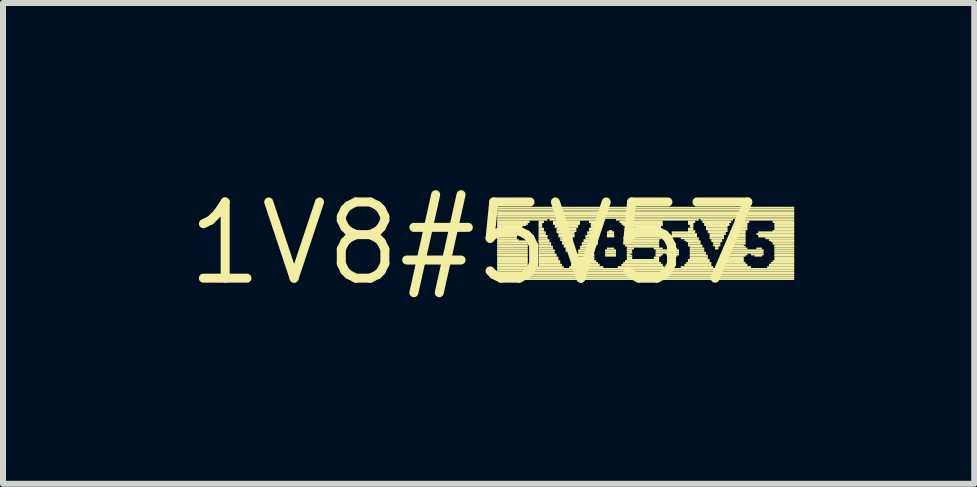
<source format=kicad_pcb>
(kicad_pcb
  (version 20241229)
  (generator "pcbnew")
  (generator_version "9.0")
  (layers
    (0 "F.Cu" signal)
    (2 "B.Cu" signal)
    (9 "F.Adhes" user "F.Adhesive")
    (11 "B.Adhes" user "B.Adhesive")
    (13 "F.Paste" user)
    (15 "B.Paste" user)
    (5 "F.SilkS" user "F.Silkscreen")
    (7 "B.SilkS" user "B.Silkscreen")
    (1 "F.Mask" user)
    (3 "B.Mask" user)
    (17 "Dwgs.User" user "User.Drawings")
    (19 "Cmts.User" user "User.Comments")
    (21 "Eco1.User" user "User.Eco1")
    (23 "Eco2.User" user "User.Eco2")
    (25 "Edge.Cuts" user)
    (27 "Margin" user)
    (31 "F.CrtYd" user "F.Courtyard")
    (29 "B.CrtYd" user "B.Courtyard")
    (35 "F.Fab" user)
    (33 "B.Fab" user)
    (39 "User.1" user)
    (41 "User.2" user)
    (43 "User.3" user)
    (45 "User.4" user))
  (footprint "1V8#5V57"
    (layer "F.Cu")
    (at 4.845 1.006)
    (property "Reference" "1V8#5V57" (at 0 0 0) (layer "F.SilkS") (effects (font (size 1.27 1.27) (thickness 0.15))))
    (fp_poly (pts (xy 0.39 -0.58) (xy 5.34 -0.58) (xy 5.34 -0.61) (xy 0.39 -0.61)) (stroke (width 0) (type solid)) (fill yes) (layer "F.SilkS"))
    (fp_poly (pts (xy 0.39 -0.55) (xy 5.34 -0.55) (xy 5.34 -0.58) (xy 0.39 -0.58)) (stroke (width 0) (type solid)) (fill yes) (layer "F.SilkS"))
    (fp_poly (pts (xy 0.39 -0.53) (xy 5.34 -0.53) (xy 5.34 -0.55) (xy 0.39 -0.55)) (stroke (width 0) (type solid)) (fill yes) (layer "F.SilkS"))
    (fp_poly (pts (xy 0.39 -0.49) (xy 5.34 -0.49) (xy 5.34 -0.53) (xy 0.39 -0.53)) (stroke (width 0) (type solid)) (fill yes) (layer "F.SilkS"))
    (fp_poly (pts (xy 0.39 -0.46) (xy 5.34 -0.46) (xy 5.34 -0.49) (xy 0.39 -0.49)) (stroke (width 0) (type solid)) (fill yes) (layer "F.SilkS"))
    (fp_poly (pts (xy 0.39 -0.43) (xy 5.34 -0.43) (xy 5.34 -0.46) (xy 0.39 -0.46)) (stroke (width 0) (type solid)) (fill yes) (layer "F.SilkS"))
    (fp_poly (pts (xy 0.39 -0.41) (xy 5.34 -0.41) (xy 5.34 -0.43) (xy 0.39 -0.43)) (stroke (width 0) (type solid)) (fill yes) (layer "F.SilkS"))
    (fp_poly (pts (xy 0.39 -0.38) (xy 1.23 -0.38) (xy 1.23 -0.41) (xy 0.39 -0.41)) (stroke (width 0) (type solid)) (fill yes) (layer "F.SilkS"))
    (fp_poly (pts (xy 0.39 -0.34) (xy 0.93 -0.34) (xy 0.93 -0.38) (xy 0.39 -0.38)) (stroke (width 0) (type solid)) (fill yes) (layer "F.SilkS"))
    (fp_poly (pts (xy 0.39 -0.31) (xy 0.9 -0.31) (xy 0.9 -0.34) (xy 0.39 -0.34)) (stroke (width 0) (type solid)) (fill yes) (layer "F.SilkS"))
    (fp_poly (pts (xy 0.39 -0.29) (xy 0.87 -0.29) (xy 0.87 -0.32) (xy 0.39 -0.32)) (stroke (width 0) (type solid)) (fill yes) (layer "F.SilkS"))
    (fp_poly (pts (xy 0.39 -0.26) (xy 0.81 -0.26) (xy 0.81 -0.29) (xy 0.39 -0.29)) (stroke (width 0) (type solid)) (fill yes) (layer "F.SilkS"))
    (fp_poly (pts (xy 0.39 -0.22) (xy 0.78 -0.22) (xy 0.78 -0.26) (xy 0.39 -0.26)) (stroke (width 0) (type solid)) (fill yes) (layer "F.SilkS"))
    (fp_poly (pts (xy 0.39 -0.19) (xy 0.75 -0.19) (xy 0.75 -0.22) (xy 0.39 -0.22)) (stroke (width 0) (type solid)) (fill yes) (layer "F.SilkS"))
    (fp_poly (pts (xy 0.39 -0.17) (xy 0.72 -0.17) (xy 0.72 -0.2) (xy 0.39 -0.2)) (stroke (width 0) (type solid)) (fill yes) (layer "F.SilkS"))
    (fp_poly (pts (xy 0.39 -0.14) (xy 0.72 -0.14) (xy 0.72 -0.17) (xy 0.39 -0.17)) (stroke (width 0) (type solid)) (fill yes) (layer "F.SilkS"))
    (fp_poly (pts (xy 0.39 -0.1) (xy 0.72 -0.1) (xy 0.72 -0.14) (xy 0.39 -0.14)) (stroke (width 0) (type solid)) (fill yes) (layer "F.SilkS"))
    (fp_poly (pts (xy 0.39 -0.07) (xy 0.72 -0.07) (xy 0.72 -0.1) (xy 0.39 -0.1)) (stroke (width 0) (type solid)) (fill yes) (layer "F.SilkS"))
    (fp_poly (pts (xy 0.39 -0.04) (xy 0.75 -0.04) (xy 0.75 -0.07) (xy 0.39 -0.07)) (stroke (width 0) (type solid)) (fill yes) (layer "F.SilkS"))
    (fp_poly (pts (xy 0.39 -0.02) (xy 0.9 -0.02) (xy 0.9 -0.05) (xy 0.39 -0.05)) (stroke (width 0) (type solid)) (fill yes) (layer "F.SilkS"))
    (fp_poly (pts (xy 0.39 0.02) (xy 0.9 0.02) (xy 0.9 -0.02) (xy 0.39 -0.02)) (stroke (width 0) (type solid)) (fill yes) (layer "F.SilkS"))
    (fp_poly (pts (xy 0.39 0.05) (xy 0.9 0.05) (xy 0.9 0.02) (xy 0.39 0.02)) (stroke (width 0) (type solid)) (fill yes) (layer "F.SilkS"))
    (fp_poly (pts (xy 0.39 0.07) (xy 0.9 0.07) (xy 0.9 0.04) (xy 0.39 0.04)) (stroke (width 0) (type solid)) (fill yes) (layer "F.SilkS"))
    (fp_poly (pts (xy 0.39 0.1) (xy 0.9 0.1) (xy 0.9 0.07) (xy 0.39 0.07)) (stroke (width 0) (type solid)) (fill yes) (layer "F.SilkS"))
    (fp_poly (pts (xy 0.39 0.14) (xy 0.9 0.14) (xy 0.9 0.1) (xy 0.39 0.1)) (stroke (width 0) (type solid)) (fill yes) (layer "F.SilkS"))
    (fp_poly (pts (xy 0.39 0.17) (xy 0.9 0.17) (xy 0.9 0.14) (xy 0.39 0.14)) (stroke (width 0) (type solid)) (fill yes) (layer "F.SilkS"))
    (fp_poly (pts (xy 0.39 0.2) (xy 0.9 0.2) (xy 0.9 0.17) (xy 0.39 0.17)) (stroke (width 0) (type solid)) (fill yes) (layer "F.SilkS"))
    (fp_poly (pts (xy 0.39 0.22) (xy 0.9 0.22) (xy 0.9 0.19) (xy 0.39 0.19)) (stroke (width 0) (type solid)) (fill yes) (layer "F.SilkS"))
    (fp_poly (pts (xy 0.39 0.26) (xy 0.9 0.26) (xy 0.9 0.22) (xy 0.39 0.22)) (stroke (width 0) (type solid)) (fill yes) (layer "F.SilkS"))
    (fp_poly (pts (xy 0.39 0.29) (xy 0.9 0.29) (xy 0.9 0.26) (xy 0.39 0.26)) (stroke (width 0) (type solid)) (fill yes) (layer "F.SilkS"))
    (fp_poly (pts (xy 0.39 0.31) (xy 0.9 0.31) (xy 0.9 0.28) (xy 0.39 0.28)) (stroke (width 0) (type solid)) (fill yes) (layer "F.SilkS"))
    (fp_poly (pts (xy 0.39 0.34) (xy 0.9 0.34) (xy 0.9 0.31) (xy 0.39 0.31)) (stroke (width 0) (type solid)) (fill yes) (layer "F.SilkS"))
    (fp_poly (pts (xy 0.39 0.38) (xy 0.9 0.38) (xy 0.9 0.34) (xy 0.39 0.34)) (stroke (width 0) (type solid)) (fill yes) (layer "F.SilkS"))
    (fp_poly (pts (xy 0.39 0.41) (xy 0.9 0.41) (xy 0.9 0.38) (xy 0.39 0.38)) (stroke (width 0) (type solid)) (fill yes) (layer "F.SilkS"))
    (fp_poly (pts (xy 0.39 0.44) (xy 5.34 0.44) (xy 5.34 0.41) (xy 0.39 0.41)) (stroke (width 0) (type solid)) (fill yes) (layer "F.SilkS"))
    (fp_poly (pts (xy 0.39 0.47) (xy 5.34 0.47) (xy 5.34 0.44) (xy 0.39 0.44)) (stroke (width 0) (type solid)) (fill yes) (layer "F.SilkS"))
    (fp_poly (pts (xy 0.39 0.5) (xy 5.34 0.5) (xy 5.34 0.47) (xy 0.39 0.47)) (stroke (width 0) (type solid)) (fill yes) (layer "F.SilkS"))
    (fp_poly (pts (xy 0.39 0.52) (xy 5.34 0.52) (xy 5.34 0.49) (xy 0.39 0.49)) (stroke (width 0) (type solid)) (fill yes) (layer "F.SilkS"))
    (fp_poly (pts (xy 0.39 0.55) (xy 5.34 0.55) (xy 5.34 0.52) (xy 0.39 0.52)) (stroke (width 0) (type solid)) (fill yes) (layer "F.SilkS"))
    (fp_poly (pts (xy 0.39 0.58) (xy 5.34 0.58) (xy 5.34 0.55) (xy 0.39 0.55)) (stroke (width 0) (type solid)) (fill yes) (layer "F.SilkS"))
    (fp_poly (pts (xy 0.39 0.61) (xy 5.34 0.61) (xy 5.34 0.58) (xy 0.39 0.58)) (stroke (width 0) (type solid)) (fill yes) (layer "F.SilkS"))
    (fp_poly (pts (xy 0.87 -0.04) (xy 0.9 -0.04) (xy 0.9 -0.07) (xy 0.87 -0.07)) (stroke (width 0) (type solid)) (fill yes) (layer "F.SilkS"))
    (fp_poly (pts (xy 1.05 0.41) (xy 1.5 0.41) (xy 1.5 0.38) (xy 1.05 0.38)) (stroke (width 0) (type solid)) (fill yes) (layer "F.SilkS"))
    (fp_poly (pts (xy 1.08 -0.34) (xy 1.17 -0.34) (xy 1.17 -0.38) (xy 1.08 -0.38)) (stroke (width 0) (type solid)) (fill yes) (layer "F.SilkS"))
    (fp_poly (pts (xy 1.08 -0.31) (xy 1.14 -0.31) (xy 1.14 -0.34) (xy 1.08 -0.34)) (stroke (width 0) (type solid)) (fill yes) (layer "F.SilkS"))
    (fp_poly (pts (xy 1.08 -0.29) (xy 1.14 -0.29) (xy 1.14 -0.32) (xy 1.08 -0.32)) (stroke (width 0) (type solid)) (fill yes) (layer "F.SilkS"))
    (fp_poly (pts (xy 1.08 -0.26) (xy 1.14 -0.26) (xy 1.14 -0.29) (xy 1.08 -0.29)) (stroke (width 0) (type solid)) (fill yes) (layer "F.SilkS"))
    (fp_poly (pts (xy 1.08 -0.22) (xy 1.17 -0.22) (xy 1.17 -0.26) (xy 1.08 -0.26)) (stroke (width 0) (type solid)) (fill yes) (layer "F.SilkS"))
    (fp_poly (pts (xy 1.08 -0.19) (xy 1.17 -0.19) (xy 1.17 -0.22) (xy 1.08 -0.22)) (stroke (width 0) (type solid)) (fill yes) (layer "F.SilkS"))
    (fp_poly (pts (xy 1.08 -0.17) (xy 1.2 -0.17) (xy 1.2 -0.2) (xy 1.08 -0.2)) (stroke (width 0) (type solid)) (fill yes) (layer "F.SilkS"))
    (fp_poly (pts (xy 1.08 -0.14) (xy 1.2 -0.14) (xy 1.2 -0.17) (xy 1.08 -0.17)) (stroke (width 0) (type solid)) (fill yes) (layer "F.SilkS"))
    (fp_poly (pts (xy 1.08 -0.1) (xy 1.23 -0.1) (xy 1.23 -0.14) (xy 1.08 -0.14)) (stroke (width 0) (type solid)) (fill yes) (layer "F.SilkS"))
    (fp_poly (pts (xy 1.08 -0.07) (xy 1.23 -0.07) (xy 1.23 -0.1) (xy 1.08 -0.1)) (stroke (width 0) (type solid)) (fill yes) (layer "F.SilkS"))
    (fp_poly (pts (xy 1.08 -0.04) (xy 1.26 -0.04) (xy 1.26 -0.07) (xy 1.08 -0.07)) (stroke (width 0) (type solid)) (fill yes) (layer "F.SilkS"))
    (fp_poly (pts (xy 1.08 -0.02) (xy 1.26 -0.02) (xy 1.26 -0.05) (xy 1.08 -0.05)) (stroke (width 0) (type solid)) (fill yes) (layer "F.SilkS"))
    (fp_poly (pts (xy 1.08 0.02) (xy 1.29 0.02) (xy 1.29 -0.02) (xy 1.08 -0.02)) (stroke (width 0) (type solid)) (fill yes) (layer "F.SilkS"))
    (fp_poly (pts (xy 1.08 0.05) (xy 1.29 0.05) (xy 1.29 0.02) (xy 1.08 0.02)) (stroke (width 0) (type solid)) (fill yes) (layer "F.SilkS"))
    (fp_poly (pts (xy 1.08 0.07) (xy 1.32 0.07) (xy 1.32 0.04) (xy 1.08 0.04)) (stroke (width 0) (type solid)) (fill yes) (layer "F.SilkS"))
    (fp_poly (pts (xy 1.08 0.1) (xy 1.32 0.1) (xy 1.32 0.07) (xy 1.08 0.07)) (stroke (width 0) (type solid)) (fill yes) (layer "F.SilkS"))
    (fp_poly (pts (xy 1.08 0.14) (xy 1.35 0.14) (xy 1.35 0.1) (xy 1.08 0.1)) (stroke (width 0) (type solid)) (fill yes) (layer "F.SilkS"))
    (fp_poly (pts (xy 1.08 0.17) (xy 1.35 0.17) (xy 1.35 0.14) (xy 1.08 0.14)) (stroke (width 0) (type solid)) (fill yes) (layer "F.SilkS"))
    (fp_poly (pts (xy 1.08 0.2) (xy 1.38 0.2) (xy 1.38 0.17) (xy 1.08 0.17)) (stroke (width 0) (type solid)) (fill yes) (layer "F.SilkS"))
    (fp_poly (pts (xy 1.08 0.22) (xy 1.38 0.22) (xy 1.38 0.19) (xy 1.08 0.19)) (stroke (width 0) (type solid)) (fill yes) (layer "F.SilkS"))
    (fp_poly (pts (xy 1.08 0.26) (xy 1.41 0.26) (xy 1.41 0.22) (xy 1.08 0.22)) (stroke (width 0) (type solid)) (fill yes) (layer "F.SilkS"))
    (fp_poly (pts (xy 1.08 0.29) (xy 1.41 0.29) (xy 1.41 0.26) (xy 1.08 0.26)) (stroke (width 0) (type solid)) (fill yes) (layer "F.SilkS"))
    (fp_poly (pts (xy 1.08 0.31) (xy 1.44 0.31) (xy 1.44 0.28) (xy 1.08 0.28)) (stroke (width 0) (type solid)) (fill yes) (layer "F.SilkS"))
    (fp_poly (pts (xy 1.08 0.34) (xy 1.44 0.34) (xy 1.44 0.31) (xy 1.08 0.31)) (stroke (width 0) (type solid)) (fill yes) (layer "F.SilkS"))
    (fp_poly (pts (xy 1.08 0.38) (xy 1.47 0.38) (xy 1.47 0.34) (xy 1.08 0.34)) (stroke (width 0) (type solid)) (fill yes) (layer "F.SilkS"))
    (fp_poly (pts (xy 1.26 -0.38) (xy 2.19 -0.38) (xy 2.19 -0.41) (xy 1.26 -0.41)) (stroke (width 0) (type solid)) (fill yes) (layer "F.SilkS"))
    (fp_poly (pts (xy 1.32 -0.34) (xy 1.77 -0.34) (xy 1.77 -0.38) (xy 1.32 -0.38)) (stroke (width 0) (type solid)) (fill yes) (layer "F.SilkS"))
    (fp_poly (pts (xy 1.32 -0.31) (xy 1.77 -0.31) (xy 1.77 -0.34) (xy 1.32 -0.34)) (stroke (width 0) (type solid)) (fill yes) (layer "F.SilkS"))
    (fp_poly (pts (xy 1.35 -0.29) (xy 1.74 -0.29) (xy 1.74 -0.32) (xy 1.35 -0.32)) (stroke (width 0) (type solid)) (fill yes) (layer "F.SilkS"))
    (fp_poly (pts (xy 1.35 -0.26) (xy 1.74 -0.26) (xy 1.74 -0.29) (xy 1.35 -0.29)) (stroke (width 0) (type solid)) (fill yes) (layer "F.SilkS"))
    (fp_poly (pts (xy 1.38 -0.22) (xy 1.71 -0.22) (xy 1.71 -0.26) (xy 1.38 -0.26)) (stroke (width 0) (type solid)) (fill yes) (layer "F.SilkS"))
    (fp_poly (pts (xy 1.38 -0.19) (xy 1.71 -0.19) (xy 1.71 -0.22) (xy 1.38 -0.22)) (stroke (width 0) (type solid)) (fill yes) (layer "F.SilkS"))
    (fp_poly (pts (xy 1.38 -0.17) (xy 1.68 -0.17) (xy 1.68 -0.2) (xy 1.38 -0.2)) (stroke (width 0) (type solid)) (fill yes) (layer "F.SilkS"))
    (fp_poly (pts (xy 1.41 -0.14) (xy 1.68 -0.14) (xy 1.68 -0.17) (xy 1.41 -0.17)) (stroke (width 0) (type solid)) (fill yes) (layer "F.SilkS"))
    (fp_poly (pts (xy 1.41 -0.1) (xy 1.68 -0.1) (xy 1.68 -0.14) (xy 1.41 -0.14)) (stroke (width 0) (type solid)) (fill yes) (layer "F.SilkS"))
    (fp_poly (pts (xy 1.44 -0.07) (xy 1.65 -0.07) (xy 1.65 -0.1) (xy 1.44 -0.1)) (stroke (width 0) (type solid)) (fill yes) (layer "F.SilkS"))
    (fp_poly (pts (xy 1.44 -0.04) (xy 1.65 -0.04) (xy 1.65 -0.07) (xy 1.44 -0.07)) (stroke (width 0) (type solid)) (fill yes) (layer "F.SilkS"))
    (fp_poly (pts (xy 1.47 -0.02) (xy 1.62 -0.02) (xy 1.62 -0.05) (xy 1.47 -0.05)) (stroke (width 0) (type solid)) (fill yes) (layer "F.SilkS"))
    (fp_poly (pts (xy 1.47 0.02) (xy 1.62 0.02) (xy 1.62 -0.02) (xy 1.47 -0.02)) (stroke (width 0) (type solid)) (fill yes) (layer "F.SilkS"))
    (fp_poly (pts (xy 1.5 0.05) (xy 1.59 0.05) (xy 1.59 0.02) (xy 1.5 0.02)) (stroke (width 0) (type solid)) (fill yes) (layer "F.SilkS"))
    (fp_poly (pts (xy 1.5 0.07) (xy 1.59 0.07) (xy 1.59 0.04) (xy 1.5 0.04)) (stroke (width 0) (type solid)) (fill yes) (layer "F.SilkS"))
    (fp_poly (pts (xy 1.53 0.1) (xy 1.56 0.1) (xy 1.56 0.07) (xy 1.53 0.07)) (stroke (width 0) (type solid)) (fill yes) (layer "F.SilkS"))
    (fp_poly (pts (xy 1.53 0.14) (xy 1.56 0.14) (xy 1.56 0.1) (xy 1.53 0.1)) (stroke (width 0) (type solid)) (fill yes) (layer "F.SilkS"))
    (fp_poly (pts (xy 1.59 0.41) (xy 2.16 0.41) (xy 2.16 0.38) (xy 1.59 0.38)) (stroke (width 0) (type solid)) (fill yes) (layer "F.SilkS"))
    (fp_poly (pts (xy 1.62 0.38) (xy 2.1 0.38) (xy 2.1 0.34) (xy 1.62 0.34)) (stroke (width 0) (type solid)) (fill yes) (layer "F.SilkS"))
    (fp_poly (pts (xy 1.65 0.31) (xy 2.04 0.31) (xy 2.04 0.28) (xy 1.65 0.28)) (stroke (width 0) (type solid)) (fill yes) (layer "F.SilkS"))
    (fp_poly (pts (xy 1.65 0.34) (xy 2.07 0.34) (xy 2.07 0.31) (xy 1.65 0.31)) (stroke (width 0) (type solid)) (fill yes) (layer "F.SilkS"))
    (fp_poly (pts (xy 1.68 0.26) (xy 2.01 0.26) (xy 2.01 0.22) (xy 1.68 0.22)) (stroke (width 0) (type solid)) (fill yes) (layer "F.SilkS"))
    (fp_poly (pts (xy 1.68 0.29) (xy 2.01 0.29) (xy 2.01 0.26) (xy 1.68 0.26)) (stroke (width 0) (type solid)) (fill yes) (layer "F.SilkS"))
    (fp_poly (pts (xy 1.71 0.2) (xy 2.01 0.2) (xy 2.01 0.17) (xy 1.71 0.17)) (stroke (width 0) (type solid)) (fill yes) (layer "F.SilkS"))
    (fp_poly (pts (xy 1.71 0.22) (xy 2.01 0.22) (xy 2.01 0.19) (xy 1.71 0.19)) (stroke (width 0) (type solid)) (fill yes) (layer "F.SilkS"))
    (fp_poly (pts (xy 1.74 0.14) (xy 2.01 0.14) (xy 2.01 0.1) (xy 1.74 0.1)) (stroke (width 0) (type solid)) (fill yes) (layer "F.SilkS"))
    (fp_poly (pts (xy 1.74 0.17) (xy 1.98 0.17) (xy 1.98 0.14) (xy 1.74 0.14)) (stroke (width 0) (type solid)) (fill yes) (layer "F.SilkS"))
    (fp_poly (pts (xy 1.77 0.07) (xy 2.01 0.07) (xy 2.01 0.04) (xy 1.77 0.04)) (stroke (width 0) (type solid)) (fill yes) (layer "F.SilkS"))
    (fp_poly (pts (xy 1.77 0.1) (xy 2.01 0.1) (xy 2.01 0.07) (xy 1.77 0.07)) (stroke (width 0) (type solid)) (fill yes) (layer "F.SilkS"))
    (fp_poly (pts (xy 1.8 0.02) (xy 2.07 0.02) (xy 2.07 -0.02) (xy 1.8 -0.02)) (stroke (width 0) (type solid)) (fill yes) (layer "F.SilkS"))
    (fp_poly (pts (xy 1.8 0.05) (xy 2.04 0.05) (xy 2.04 0.02) (xy 1.8 0.02)) (stroke (width 0) (type solid)) (fill yes) (layer "F.SilkS"))
    (fp_poly (pts (xy 1.83 -0.04) (xy 2.04 -0.04) (xy 2.04 -0.07) (xy 1.83 -0.07)) (stroke (width 0) (type solid)) (fill yes) (layer "F.SilkS"))
    (fp_poly (pts (xy 1.83 -0.02) (xy 2.07 -0.02) (xy 2.07 -0.05) (xy 1.83 -0.05)) (stroke (width 0) (type solid)) (fill yes) (layer "F.SilkS"))
    (fp_poly (pts (xy 1.86 -0.1) (xy 2.01 -0.1) (xy 2.01 -0.14) (xy 1.86 -0.14)) (stroke (width 0) (type solid)) (fill yes) (layer "F.SilkS"))
    (fp_poly (pts (xy 1.86 -0.07) (xy 2.04 -0.07) (xy 2.04 -0.1) (xy 1.86 -0.1)) (stroke (width 0) (type solid)) (fill yes) (layer "F.SilkS"))
    (fp_poly (pts (xy 1.89 -0.17) (xy 2.01 -0.17) (xy 2.01 -0.2) (xy 1.89 -0.2)) (stroke (width 0) (type solid)) (fill yes) (layer "F.SilkS"))
    (fp_poly (pts (xy 1.89 -0.14) (xy 2.01 -0.14) (xy 2.01 -0.17) (xy 1.89 -0.17)) (stroke (width 0) (type solid)) (fill yes) (layer "F.SilkS"))
    (fp_poly (pts (xy 1.92 -0.34) (xy 2.13 -0.34) (xy 2.13 -0.38) (xy 1.92 -0.38)) (stroke (width 0) (type solid)) (fill yes) (layer "F.SilkS"))
    (fp_poly (pts (xy 1.92 -0.22) (xy 2.04 -0.22) (xy 2.04 -0.26) (xy 1.92 -0.26)) (stroke (width 0) (type solid)) (fill yes) (layer "F.SilkS"))
    (fp_poly (pts (xy 1.92 -0.19) (xy 2.01 -0.19) (xy 2.01 -0.22) (xy 1.92 -0.22)) (stroke (width 0) (type solid)) (fill yes) (layer "F.SilkS"))
    (fp_poly (pts (xy 1.95 -0.31) (xy 2.1 -0.31) (xy 2.1 -0.34) (xy 1.95 -0.34)) (stroke (width 0) (type solid)) (fill yes) (layer "F.SilkS"))
    (fp_poly (pts (xy 1.95 -0.29) (xy 2.07 -0.29) (xy 2.07 -0.32) (xy 1.95 -0.32)) (stroke (width 0) (type solid)) (fill yes) (layer "F.SilkS"))
    (fp_poly (pts (xy 1.95 -0.26) (xy 2.04 -0.26) (xy 2.04 -0.29) (xy 1.95 -0.29)) (stroke (width 0) (type solid)) (fill yes) (layer "F.SilkS"))
    (fp_poly (pts (xy 2.19 0.14) (xy 2.37 0.14) (xy 2.37 0.1) (xy 2.19 0.1)) (stroke (width 0) (type solid)) (fill yes) (layer "F.SilkS"))
    (fp_poly (pts (xy 2.19 0.17) (xy 2.37 0.17) (xy 2.37 0.14) (xy 2.19 0.14)) (stroke (width 0) (type solid)) (fill yes) (layer "F.SilkS"))
    (fp_poly (pts (xy 2.19 0.2) (xy 2.37 0.2) (xy 2.37 0.17) (xy 2.19 0.17)) (stroke (width 0) (type solid)) (fill yes) (layer "F.SilkS"))
    (fp_poly (pts (xy 2.19 0.22) (xy 2.37 0.22) (xy 2.37 0.19) (xy 2.19 0.19)) (stroke (width 0) (type solid)) (fill yes) (layer "F.SilkS"))
    (fp_poly (pts (xy 2.22 -0.17) (xy 2.34 -0.17) (xy 2.34 -0.2) (xy 2.22 -0.2)) (stroke (width 0) (type solid)) (fill yes) (layer "F.SilkS"))
    (fp_poly (pts (xy 2.22 -0.14) (xy 2.34 -0.14) (xy 2.34 -0.17) (xy 2.22 -0.17)) (stroke (width 0) (type solid)) (fill yes) (layer "F.SilkS"))
    (fp_poly (pts (xy 2.22 -0.1) (xy 2.34 -0.1) (xy 2.34 -0.14) (xy 2.22 -0.14)) (stroke (width 0) (type solid)) (fill yes) (layer "F.SilkS"))
    (fp_poly (pts (xy 2.22 0.1) (xy 2.34 0.1) (xy 2.34 0.07) (xy 2.22 0.07)) (stroke (width 0) (type solid)) (fill yes) (layer "F.SilkS"))
    (fp_poly (pts (xy 2.25 -0.19) (xy 2.31 -0.19) (xy 2.31 -0.22) (xy 2.25 -0.22)) (stroke (width 0) (type solid)) (fill yes) (layer "F.SilkS"))
    (fp_poly (pts (xy 2.37 -0.38) (xy 3.75 -0.38) (xy 3.75 -0.41) (xy 2.37 -0.41)) (stroke (width 0) (type solid)) (fill yes) (layer "F.SilkS"))
    (fp_poly (pts (xy 2.4 0.41) (xy 3.18 0.41) (xy 3.18 0.38) (xy 2.4 0.38)) (stroke (width 0) (type solid)) (fill yes) (layer "F.SilkS"))
    (fp_poly (pts (xy 2.43 -0.34) (xy 3.15 -0.34) (xy 3.15 -0.38) (xy 2.43 -0.38)) (stroke (width 0) (type solid)) (fill yes) (layer "F.SilkS"))
    (fp_poly (pts (xy 2.46 -0.31) (xy 3.15 -0.31) (xy 3.15 -0.34) (xy 2.46 -0.34)) (stroke (width 0) (type solid)) (fill yes) (layer "F.SilkS"))
    (fp_poly (pts (xy 2.46 0.38) (xy 3.15 0.38) (xy 3.15 0.34) (xy 2.46 0.34)) (stroke (width 0) (type solid)) (fill yes) (layer "F.SilkS"))
    (fp_poly (pts (xy 2.49 -0.29) (xy 3.15 -0.29) (xy 3.15 -0.32) (xy 2.49 -0.32)) (stroke (width 0) (type solid)) (fill yes) (layer "F.SilkS"))
    (fp_poly (pts (xy 2.49 -0.02) (xy 3.09 -0.02) (xy 3.09 -0.05) (xy 2.49 -0.05)) (stroke (width 0) (type solid)) (fill yes) (layer "F.SilkS"))
    (fp_poly (pts (xy 2.49 0.02) (xy 3.09 0.02) (xy 3.09 -0.02) (xy 2.49 -0.02)) (stroke (width 0) (type solid)) (fill yes) (layer "F.SilkS"))
    (fp_poly (pts (xy 2.49 0.34) (xy 3.12 0.34) (xy 3.12 0.31) (xy 2.49 0.31)) (stroke (width 0) (type solid)) (fill yes) (layer "F.SilkS"))
    (fp_poly (pts (xy 2.52 -0.26) (xy 3.12 -0.26) (xy 3.12 -0.29) (xy 2.52 -0.29)) (stroke (width 0) (type solid)) (fill yes) (layer "F.SilkS"))
    (fp_poly (pts (xy 2.52 -0.22) (xy 3.12 -0.22) (xy 3.12 -0.26) (xy 2.52 -0.26)) (stroke (width 0) (type solid)) (fill yes) (layer "F.SilkS"))
    (fp_poly (pts (xy 2.52 -0.19) (xy 3.12 -0.19) (xy 3.12 -0.22) (xy 2.52 -0.22)) (stroke (width 0) (type solid)) (fill yes) (layer "F.SilkS"))
    (fp_poly (pts (xy 2.52 -0.07) (xy 3.12 -0.07) (xy 3.12 -0.1) (xy 2.52 -0.1)) (stroke (width 0) (type solid)) (fill yes) (layer "F.SilkS"))
    (fp_poly (pts (xy 2.52 -0.04) (xy 3.09 -0.04) (xy 3.09 -0.07) (xy 2.52 -0.07)) (stroke (width 0) (type solid)) (fill yes) (layer "F.SilkS"))
    (fp_poly (pts (xy 2.52 0.05) (xy 3.09 0.05) (xy 3.09 0.02) (xy 2.52 0.02)) (stroke (width 0) (type solid)) (fill yes) (layer "F.SilkS"))
    (fp_poly (pts (xy 2.52 0.31) (xy 3.09 0.31) (xy 3.09 0.28) (xy 2.52 0.28)) (stroke (width 0) (type solid)) (fill yes) (layer "F.SilkS"))
    (fp_poly (pts (xy 2.55 -0.17) (xy 3.12 -0.17) (xy 3.12 -0.2) (xy 2.55 -0.2)) (stroke (width 0) (type solid)) (fill yes) (layer "F.SilkS"))
    (fp_poly (pts (xy 2.55 -0.14) (xy 3.12 -0.14) (xy 3.12 -0.17) (xy 2.55 -0.17)) (stroke (width 0) (type solid)) (fill yes) (layer "F.SilkS"))
    (fp_poly (pts (xy 2.55 -0.1) (xy 3.12 -0.1) (xy 3.12 -0.14) (xy 2.55 -0.14)) (stroke (width 0) (type solid)) (fill yes) (layer "F.SilkS"))
    (fp_poly (pts (xy 2.55 0.07) (xy 3.09 0.07) (xy 3.09 0.04) (xy 2.55 0.04)) (stroke (width 0) (type solid)) (fill yes) (layer "F.SilkS"))
    (fp_poly (pts (xy 2.55 0.1) (xy 2.67 0.1) (xy 2.67 0.07) (xy 2.55 0.07)) (stroke (width 0) (type solid)) (fill yes) (layer "F.SilkS"))
    (fp_poly (pts (xy 2.55 0.14) (xy 2.64 0.14) (xy 2.64 0.1) (xy 2.55 0.1)) (stroke (width 0) (type solid)) (fill yes) (layer "F.SilkS"))
    (fp_poly (pts (xy 2.55 0.17) (xy 2.64 0.17) (xy 2.64 0.14) (xy 2.55 0.14)) (stroke (width 0) (type solid)) (fill yes) (layer "F.SilkS"))
    (fp_poly (pts (xy 2.55 0.2) (xy 2.61 0.2) (xy 2.61 0.17) (xy 2.55 0.17)) (stroke (width 0) (type solid)) (fill yes) (layer "F.SilkS"))
    (fp_poly (pts (xy 2.55 0.22) (xy 2.64 0.22) (xy 2.64 0.19) (xy 2.55 0.19)) (stroke (width 0) (type solid)) (fill yes) (layer "F.SilkS"))
    (fp_poly (pts (xy 2.55 0.26) (xy 2.64 0.26) (xy 2.64 0.22) (xy 2.55 0.22)) (stroke (width 0) (type solid)) (fill yes) (layer "F.SilkS"))
    (fp_poly (pts (xy 2.55 0.29) (xy 3.09 0.29) (xy 3.09 0.26) (xy 2.55 0.26)) (stroke (width 0) (type solid)) (fill yes) (layer "F.SilkS"))
    (fp_poly (pts (xy 3 0.1) (xy 3.15 0.1) (xy 3.15 0.07) (xy 3 0.07)) (stroke (width 0) (type solid)) (fill yes) (layer "F.SilkS"))
    (fp_poly (pts (xy 3 0.26) (xy 3.09 0.26) (xy 3.09 0.22) (xy 3 0.22)) (stroke (width 0) (type solid)) (fill yes) (layer "F.SilkS"))
    (fp_poly (pts (xy 3.03 0.14) (xy 3.42 0.14) (xy 3.42 0.1) (xy 3.03 0.1)) (stroke (width 0) (type solid)) (fill yes) (layer "F.SilkS"))
    (fp_poly (pts (xy 3.03 0.17) (xy 3.42 0.17) (xy 3.42 0.14) (xy 3.03 0.14)) (stroke (width 0) (type solid)) (fill yes) (layer "F.SilkS"))
    (fp_poly (pts (xy 3.03 0.2) (xy 3.15 0.2) (xy 3.15 0.17) (xy 3.03 0.17)) (stroke (width 0) (type solid)) (fill yes) (layer "F.SilkS"))
    (fp_poly (pts (xy 3.03 0.22) (xy 3.12 0.22) (xy 3.12 0.19) (xy 3.03 0.19)) (stroke (width 0) (type solid)) (fill yes) (layer "F.SilkS"))
    (fp_poly (pts (xy 3.21 0.2) (xy 3.42 0.2) (xy 3.42 0.17) (xy 3.21 0.17)) (stroke (width 0) (type solid)) (fill yes) (layer "F.SilkS"))
    (fp_poly (pts (xy 3.24 0.22) (xy 3.39 0.22) (xy 3.39 0.19) (xy 3.24 0.19)) (stroke (width 0) (type solid)) (fill yes) (layer "F.SilkS"))
    (fp_poly (pts (xy 3.27 0.1) (xy 3.39 0.1) (xy 3.39 0.07) (xy 3.27 0.07)) (stroke (width 0) (type solid)) (fill yes) (layer "F.SilkS"))
    (fp_poly (pts (xy 3.3 -0.17) (xy 3.69 -0.17) (xy 3.69 -0.2) (xy 3.3 -0.2)) (stroke (width 0) (type solid)) (fill yes) (layer "F.SilkS"))
    (fp_poly (pts (xy 3.3 -0.14) (xy 3.72 -0.14) (xy 3.72 -0.17) (xy 3.3 -0.17)) (stroke (width 0) (type solid)) (fill yes) (layer "F.SilkS"))
    (fp_poly (pts (xy 3.3 -0.1) (xy 3.72 -0.1) (xy 3.72 -0.14) (xy 3.3 -0.14)) (stroke (width 0) (type solid)) (fill yes) (layer "F.SilkS"))
    (fp_poly (pts (xy 3.45 -0.07) (xy 3.75 -0.07) (xy 3.75 -0.1) (xy 3.45 -0.1)) (stroke (width 0) (type solid)) (fill yes) (layer "F.SilkS"))
    (fp_poly (pts (xy 3.45 0.41) (xy 3.99 0.41) (xy 3.99 0.38) (xy 3.45 0.38)) (stroke (width 0) (type solid)) (fill yes) (layer "F.SilkS"))
    (fp_poly (pts (xy 3.51 -0.04) (xy 3.75 -0.04) (xy 3.75 -0.07) (xy 3.51 -0.07)) (stroke (width 0) (type solid)) (fill yes) (layer "F.SilkS"))
    (fp_poly (pts (xy 3.51 0.38) (xy 3.96 0.38) (xy 3.96 0.34) (xy 3.51 0.34)) (stroke (width 0) (type solid)) (fill yes) (layer "F.SilkS"))
    (fp_poly (pts (xy 3.54 -0.02) (xy 3.78 -0.02) (xy 3.78 -0.05) (xy 3.54 -0.05)) (stroke (width 0) (type solid)) (fill yes) (layer "F.SilkS"))
    (fp_poly (pts (xy 3.54 0.34) (xy 3.96 0.34) (xy 3.96 0.31) (xy 3.54 0.31)) (stroke (width 0) (type solid)) (fill yes) (layer "F.SilkS"))
    (fp_poly (pts (xy 3.57 -0.34) (xy 3.69 -0.34) (xy 3.69 -0.38) (xy 3.57 -0.38)) (stroke (width 0) (type solid)) (fill yes) (layer "F.SilkS"))
    (fp_poly (pts (xy 3.57 -0.31) (xy 3.66 -0.31) (xy 3.66 -0.34) (xy 3.57 -0.34)) (stroke (width 0) (type solid)) (fill yes) (layer "F.SilkS"))
    (fp_poly (pts (xy 3.57 -0.22) (xy 3.66 -0.22) (xy 3.66 -0.26) (xy 3.57 -0.26)) (stroke (width 0) (type solid)) (fill yes) (layer "F.SilkS"))
    (fp_poly (pts (xy 3.57 -0.19) (xy 3.69 -0.19) (xy 3.69 -0.22) (xy 3.57 -0.22)) (stroke (width 0) (type solid)) (fill yes) (layer "F.SilkS"))
    (fp_poly (pts (xy 3.57 0.02) (xy 3.78 0.02) (xy 3.78 -0.02) (xy 3.57 -0.02)) (stroke (width 0) (type solid)) (fill yes) (layer "F.SilkS"))
    (fp_poly (pts (xy 3.57 0.05) (xy 3.81 0.05) (xy 3.81 0.02) (xy 3.57 0.02)) (stroke (width 0) (type solid)) (fill yes) (layer "F.SilkS"))
    (fp_poly (pts (xy 3.57 0.29) (xy 3.93 0.29) (xy 3.93 0.26) (xy 3.57 0.26)) (stroke (width 0) (type solid)) (fill yes) (layer "F.SilkS"))
    (fp_poly (pts (xy 3.57 0.31) (xy 3.93 0.31) (xy 3.93 0.28) (xy 3.57 0.28)) (stroke (width 0) (type solid)) (fill yes) (layer "F.SilkS"))
    (fp_poly (pts (xy 3.6 -0.29) (xy 3.66 -0.29) (xy 3.66 -0.32) (xy 3.6 -0.32)) (stroke (width 0) (type solid)) (fill yes) (layer "F.SilkS"))
    (fp_poly (pts (xy 3.6 -0.26) (xy 3.66 -0.26) (xy 3.66 -0.29) (xy 3.6 -0.29)) (stroke (width 0) (type solid)) (fill yes) (layer "F.SilkS"))
    (fp_poly (pts (xy 3.6 0.07) (xy 3.81 0.07) (xy 3.81 0.04) (xy 3.6 0.04)) (stroke (width 0) (type solid)) (fill yes) (layer "F.SilkS"))
    (fp_poly (pts (xy 3.6 0.1) (xy 3.84 0.1) (xy 3.84 0.07) (xy 3.6 0.07)) (stroke (width 0) (type solid)) (fill yes) (layer "F.SilkS"))
    (fp_poly (pts (xy 3.6 0.14) (xy 3.84 0.14) (xy 3.84 0.1) (xy 3.6 0.1)) (stroke (width 0) (type solid)) (fill yes) (layer "F.SilkS"))
    (fp_poly (pts (xy 3.6 0.17) (xy 3.87 0.17) (xy 3.87 0.14) (xy 3.6 0.14)) (stroke (width 0) (type solid)) (fill yes) (layer "F.SilkS"))
    (fp_poly (pts (xy 3.6 0.2) (xy 3.87 0.2) (xy 3.87 0.17) (xy 3.6 0.17)) (stroke (width 0) (type solid)) (fill yes) (layer "F.SilkS"))
    (fp_poly (pts (xy 3.6 0.22) (xy 3.9 0.22) (xy 3.9 0.19) (xy 3.6 0.19)) (stroke (width 0) (type solid)) (fill yes) (layer "F.SilkS"))
    (fp_poly (pts (xy 3.6 0.26) (xy 3.9 0.26) (xy 3.9 0.22) (xy 3.6 0.22)) (stroke (width 0) (type solid)) (fill yes) (layer "F.SilkS"))
    (fp_poly (pts (xy 3.78 -0.38) (xy 4.32 -0.38) (xy 4.32 -0.41) (xy 3.78 -0.41)) (stroke (width 0) (type solid)) (fill yes) (layer "F.SilkS"))
    (fp_poly (pts (xy 3.81 -0.34) (xy 4.29 -0.34) (xy 4.29 -0.38) (xy 3.81 -0.38)) (stroke (width 0) (type solid)) (fill yes) (layer "F.SilkS"))
    (fp_poly (pts (xy 3.84 -0.31) (xy 4.26 -0.31) (xy 4.26 -0.34) (xy 3.84 -0.34)) (stroke (width 0) (type solid)) (fill yes) (layer "F.SilkS"))
    (fp_poly (pts (xy 3.84 -0.29) (xy 4.26 -0.29) (xy 4.26 -0.32) (xy 3.84 -0.32)) (stroke (width 0) (type solid)) (fill yes) (layer "F.SilkS"))
    (fp_poly (pts (xy 3.87 -0.26) (xy 4.23 -0.26) (xy 4.23 -0.29) (xy 3.87 -0.29)) (stroke (width 0) (type solid)) (fill yes) (layer "F.SilkS"))
    (fp_poly (pts (xy 3.87 -0.22) (xy 4.23 -0.22) (xy 4.23 -0.26) (xy 3.87 -0.26)) (stroke (width 0) (type solid)) (fill yes) (layer "F.SilkS"))
    (fp_poly (pts (xy 3.9 -0.19) (xy 4.23 -0.19) (xy 4.23 -0.22) (xy 3.9 -0.22)) (stroke (width 0) (type solid)) (fill yes) (layer "F.SilkS"))
    (fp_poly (pts (xy 3.9 -0.17) (xy 4.2 -0.17) (xy 4.2 -0.2) (xy 3.9 -0.2)) (stroke (width 0) (type solid)) (fill yes) (layer "F.SilkS"))
    (fp_poly (pts (xy 3.93 -0.14) (xy 4.2 -0.14) (xy 4.2 -0.17) (xy 3.93 -0.17)) (stroke (width 0) (type solid)) (fill yes) (layer "F.SilkS"))
    (fp_poly (pts (xy 3.93 -0.1) (xy 4.17 -0.1) (xy 4.17 -0.14) (xy 3.93 -0.14)) (stroke (width 0) (type solid)) (fill yes) (layer "F.SilkS"))
    (fp_poly (pts (xy 3.93 -0.07) (xy 4.17 -0.07) (xy 4.17 -0.1) (xy 3.93 -0.1)) (stroke (width 0) (type solid)) (fill yes) (layer "F.SilkS"))
    (fp_poly (pts (xy 3.96 -0.04) (xy 4.14 -0.04) (xy 4.14 -0.07) (xy 3.96 -0.07)) (stroke (width 0) (type solid)) (fill yes) (layer "F.SilkS"))
    (fp_poly (pts (xy 3.96 -0.02) (xy 4.14 -0.02) (xy 4.14 -0.05) (xy 3.96 -0.05)) (stroke (width 0) (type solid)) (fill yes) (layer "F.SilkS"))
    (fp_poly (pts (xy 3.99 0.02) (xy 4.11 0.02) (xy 4.11 -0.02) (xy 3.99 -0.02)) (stroke (width 0) (type solid)) (fill yes) (layer "F.SilkS"))
    (fp_poly (pts (xy 3.99 0.05) (xy 4.11 0.05) (xy 4.11 0.02) (xy 3.99 0.02)) (stroke (width 0) (type solid)) (fill yes) (layer "F.SilkS"))
    (fp_poly (pts (xy 4.02 0.07) (xy 4.08 0.07) (xy 4.08 0.04) (xy 4.02 0.04)) (stroke (width 0) (type solid)) (fill yes) (layer "F.SilkS"))
    (fp_poly (pts (xy 4.02 0.1) (xy 4.08 0.1) (xy 4.08 0.07) (xy 4.02 0.07)) (stroke (width 0) (type solid)) (fill yes) (layer "F.SilkS"))
    (fp_poly (pts (xy 4.11 0.41) (xy 4.62 0.41) (xy 4.62 0.38) (xy 4.11 0.38)) (stroke (width 0) (type solid)) (fill yes) (layer "F.SilkS"))
    (fp_poly (pts (xy 4.14 0.34) (xy 4.53 0.34) (xy 4.53 0.31) (xy 4.14 0.31)) (stroke (width 0) (type solid)) (fill yes) (layer "F.SilkS"))
    (fp_poly (pts (xy 4.14 0.38) (xy 4.56 0.38) (xy 4.56 0.34) (xy 4.14 0.34)) (stroke (width 0) (type solid)) (fill yes) (layer "F.SilkS"))
    (fp_poly (pts (xy 4.17 0.29) (xy 4.5 0.29) (xy 4.5 0.26) (xy 4.17 0.26)) (stroke (width 0) (type solid)) (fill yes) (layer "F.SilkS"))
    (fp_poly (pts (xy 4.17 0.31) (xy 4.5 0.31) (xy 4.5 0.28) (xy 4.17 0.28)) (stroke (width 0) (type solid)) (fill yes) (layer "F.SilkS"))
    (fp_poly (pts (xy 4.2 0.22) (xy 4.53 0.22) (xy 4.53 0.19) (xy 4.2 0.19)) (stroke (width 0) (type solid)) (fill yes) (layer "F.SilkS"))
    (fp_poly (pts (xy 4.2 0.26) (xy 4.5 0.26) (xy 4.5 0.22) (xy 4.2 0.22)) (stroke (width 0) (type solid)) (fill yes) (layer "F.SilkS"))
    (fp_poly (pts (xy 4.23 0.17) (xy 4.83 0.17) (xy 4.83 0.14) (xy 4.23 0.14)) (stroke (width 0) (type solid)) (fill yes) (layer "F.SilkS"))
    (fp_poly (pts (xy 4.23 0.2) (xy 4.56 0.2) (xy 4.56 0.17) (xy 4.23 0.17)) (stroke (width 0) (type solid)) (fill yes) (layer "F.SilkS"))
    (fp_poly (pts (xy 4.26 0.1) (xy 4.56 0.1) (xy 4.56 0.07) (xy 4.26 0.07)) (stroke (width 0) (type solid)) (fill yes) (layer "F.SilkS"))
    (fp_poly (pts (xy 4.26 0.14) (xy 4.83 0.14) (xy 4.83 0.1) (xy 4.26 0.1)) (stroke (width 0) (type solid)) (fill yes) (layer "F.SilkS"))
    (fp_poly (pts (xy 4.29 0.05) (xy 4.5 0.05) (xy 4.5 0.02) (xy 4.29 0.02)) (stroke (width 0) (type solid)) (fill yes) (layer "F.SilkS"))
    (fp_poly (pts (xy 4.29 0.07) (xy 4.53 0.07) (xy 4.53 0.04) (xy 4.29 0.04)) (stroke (width 0) (type solid)) (fill yes) (layer "F.SilkS"))
    (fp_poly (pts (xy 4.32 -0.02) (xy 4.53 -0.02) (xy 4.53 -0.05) (xy 4.32 -0.05)) (stroke (width 0) (type solid)) (fill yes) (layer "F.SilkS"))
    (fp_poly (pts (xy 4.32 0.02) (xy 4.53 0.02) (xy 4.53 -0.02) (xy 4.32 -0.02)) (stroke (width 0) (type solid)) (fill yes) (layer "F.SilkS"))
    (fp_poly (pts (xy 4.35 -0.38) (xy 5.34 -0.38) (xy 5.34 -0.41) (xy 4.35 -0.41)) (stroke (width 0) (type solid)) (fill yes) (layer "F.SilkS"))
    (fp_poly (pts (xy 4.35 -0.07) (xy 4.53 -0.07) (xy 4.53 -0.1) (xy 4.35 -0.1)) (stroke (width 0) (type solid)) (fill yes) (layer "F.SilkS"))
    (fp_poly (pts (xy 4.35 -0.04) (xy 4.53 -0.04) (xy 4.53 -0.07) (xy 4.35 -0.07)) (stroke (width 0) (type solid)) (fill yes) (layer "F.SilkS"))
    (fp_poly (pts (xy 4.38 -0.14) (xy 4.53 -0.14) (xy 4.53 -0.17) (xy 4.38 -0.17)) (stroke (width 0) (type solid)) (fill yes) (layer "F.SilkS"))
    (fp_poly (pts (xy 4.38 -0.1) (xy 4.53 -0.1) (xy 4.53 -0.14) (xy 4.38 -0.14)) (stroke (width 0) (type solid)) (fill yes) (layer "F.SilkS"))
    (fp_poly (pts (xy 4.41 -0.34) (xy 4.59 -0.34) (xy 4.59 -0.38) (xy 4.41 -0.38)) (stroke (width 0) (type solid)) (fill yes) (layer "F.SilkS"))
    (fp_poly (pts (xy 4.41 -0.19) (xy 4.53 -0.19) (xy 4.53 -0.22) (xy 4.41 -0.22)) (stroke (width 0) (type solid)) (fill yes) (layer "F.SilkS"))
    (fp_poly (pts (xy 4.41 -0.17) (xy 4.53 -0.17) (xy 4.53 -0.2) (xy 4.41 -0.2)) (stroke (width 0) (type solid)) (fill yes) (layer "F.SilkS"))
    (fp_poly (pts (xy 4.44 -0.31) (xy 4.56 -0.31) (xy 4.56 -0.34) (xy 4.44 -0.34)) (stroke (width 0) (type solid)) (fill yes) (layer "F.SilkS"))
    (fp_poly (pts (xy 4.44 -0.26) (xy 4.56 -0.26) (xy 4.56 -0.29) (xy 4.44 -0.29)) (stroke (width 0) (type solid)) (fill yes) (layer "F.SilkS"))
    (fp_poly (pts (xy 4.44 -0.22) (xy 4.56 -0.22) (xy 4.56 -0.26) (xy 4.44 -0.26)) (stroke (width 0) (type solid)) (fill yes) (layer "F.SilkS"))
    (fp_poly (pts (xy 4.47 -0.29) (xy 4.56 -0.29) (xy 4.56 -0.32) (xy 4.47 -0.32)) (stroke (width 0) (type solid)) (fill yes) (layer "F.SilkS"))
    (fp_poly (pts (xy 4.62 0.2) (xy 4.83 0.2) (xy 4.83 0.17) (xy 4.62 0.17)) (stroke (width 0) (type solid)) (fill yes) (layer "F.SilkS"))
    (fp_poly (pts (xy 4.68 0.22) (xy 4.8 0.22) (xy 4.8 0.19) (xy 4.68 0.19)) (stroke (width 0) (type solid)) (fill yes) (layer "F.SilkS"))
    (fp_poly (pts (xy 4.71 -0.14) (xy 5.34 -0.14) (xy 5.34 -0.17) (xy 4.71 -0.17)) (stroke (width 0) (type solid)) (fill yes) (layer "F.SilkS"))
    (fp_poly (pts (xy 4.71 0.1) (xy 4.8 0.1) (xy 4.8 0.07) (xy 4.71 0.07)) (stroke (width 0) (type solid)) (fill yes) (layer "F.SilkS"))
    (fp_poly (pts (xy 4.74 -0.17) (xy 5.34 -0.17) (xy 5.34 -0.2) (xy 4.74 -0.2)) (stroke (width 0) (type solid)) (fill yes) (layer "F.SilkS"))
    (fp_poly (pts (xy 4.74 -0.1) (xy 5.34 -0.1) (xy 5.34 -0.14) (xy 4.74 -0.14)) (stroke (width 0) (type solid)) (fill yes) (layer "F.SilkS"))
    (fp_poly (pts (xy 4.86 -0.07) (xy 5.34 -0.07) (xy 5.34 -0.1) (xy 4.86 -0.1)) (stroke (width 0) (type solid)) (fill yes) (layer "F.SilkS"))
    (fp_poly (pts (xy 4.89 0.41) (xy 5.34 0.41) (xy 5.34 0.38) (xy 4.89 0.38)) (stroke (width 0) (type solid)) (fill yes) (layer "F.SilkS"))
    (fp_poly (pts (xy 4.92 -0.04) (xy 5.34 -0.04) (xy 5.34 -0.07) (xy 4.92 -0.07)) (stroke (width 0) (type solid)) (fill yes) (layer "F.SilkS"))
    (fp_poly (pts (xy 4.92 0.38) (xy 5.34 0.38) (xy 5.34 0.34) (xy 4.92 0.34)) (stroke (width 0) (type solid)) (fill yes) (layer "F.SilkS"))
    (fp_poly (pts (xy 4.95 -0.02) (xy 5.34 -0.02) (xy 5.34 -0.05) (xy 4.95 -0.05)) (stroke (width 0) (type solid)) (fill yes) (layer "F.SilkS"))
    (fp_poly (pts (xy 4.95 0.34) (xy 5.34 0.34) (xy 5.34 0.31) (xy 4.95 0.31)) (stroke (width 0) (type solid)) (fill yes) (layer "F.SilkS"))
    (fp_poly (pts (xy 4.98 -0.34) (xy 5.34 -0.34) (xy 5.34 -0.38) (xy 4.98 -0.38)) (stroke (width 0) (type solid)) (fill yes) (layer "F.SilkS"))
    (fp_poly (pts (xy 4.98 -0.19) (xy 5.34 -0.19) (xy 5.34 -0.22) (xy 4.98 -0.22)) (stroke (width 0) (type solid)) (fill yes) (layer "F.SilkS"))
    (fp_poly (pts (xy 4.98 0.02) (xy 5.34 0.02) (xy 5.34 -0.02) (xy 4.98 -0.02)) (stroke (width 0) (type solid)) (fill yes) (layer "F.SilkS"))
    (fp_poly (pts (xy 4.98 0.31) (xy 5.34 0.31) (xy 5.34 0.28) (xy 4.98 0.28)) (stroke (width 0) (type solid)) (fill yes) (layer "F.SilkS"))
    (fp_poly (pts (xy 5.01 -0.31) (xy 5.34 -0.31) (xy 5.34 -0.34) (xy 5.01 -0.34)) (stroke (width 0) (type solid)) (fill yes) (layer "F.SilkS"))
    (fp_poly (pts (xy 5.01 -0.29) (xy 5.34 -0.29) (xy 5.34 -0.32) (xy 5.01 -0.32)) (stroke (width 0) (type solid)) (fill yes) (layer "F.SilkS"))
    (fp_poly (pts (xy 5.01 -0.26) (xy 5.34 -0.26) (xy 5.34 -0.29) (xy 5.01 -0.29)) (stroke (width 0) (type solid)) (fill yes) (layer "F.SilkS"))
    (fp_poly (pts (xy 5.01 -0.22) (xy 5.34 -0.22) (xy 5.34 -0.26) (xy 5.01 -0.26)) (stroke (width 0) (type solid)) (fill yes) (layer "F.SilkS"))
    (fp_poly (pts (xy 5.01 0.05) (xy 5.34 0.05) (xy 5.34 0.02) (xy 5.01 0.02)) (stroke (width 0) (type solid)) (fill yes) (layer "F.SilkS"))
    (fp_poly (pts (xy 5.01 0.07) (xy 5.34 0.07) (xy 5.34 0.04) (xy 5.01 0.04)) (stroke (width 0) (type solid)) (fill yes) (layer "F.SilkS"))
    (fp_poly (pts (xy 5.01 0.1) (xy 5.34 0.1) (xy 5.34 0.07) (xy 5.01 0.07)) (stroke (width 0) (type solid)) (fill yes) (layer "F.SilkS"))
    (fp_poly (pts (xy 5.01 0.14) (xy 5.34 0.14) (xy 5.34 0.1) (xy 5.01 0.1)) (stroke (width 0) (type solid)) (fill yes) (layer "F.SilkS"))
    (fp_poly (pts (xy 5.01 0.17) (xy 5.34 0.17) (xy 5.34 0.14) (xy 5.01 0.14)) (stroke (width 0) (type solid)) (fill yes) (layer "F.SilkS"))
    (fp_poly (pts (xy 5.01 0.2) (xy 5.34 0.2) (xy 5.34 0.17) (xy 5.01 0.17)) (stroke (width 0) (type solid)) (fill yes) (layer "F.SilkS"))
    (fp_poly (pts (xy 5.01 0.22) (xy 5.34 0.22) (xy 5.34 0.19) (xy 5.01 0.19)) (stroke (width 0) (type solid)) (fill yes) (layer "F.SilkS"))
    (fp_poly (pts (xy 5.01 0.26) (xy 5.34 0.26) (xy 5.34 0.22) (xy 5.01 0.22)) (stroke (width 0) (type solid)) (fill yes) (layer "F.SilkS"))
    (fp_poly (pts (xy 5.01 0.29) (xy 5.34 0.29) (xy 5.34 0.26) (xy 5.01 0.26)) (stroke (width 0) (type solid)) (fill yes) (layer "F.SilkS")))
  (gr_rect
    (start -3 -3)
    (end 13.185 5.012)
    (stroke (width 0.1) (type default))
    (fill no)
    (layer "Edge.Cuts")))
</source>
